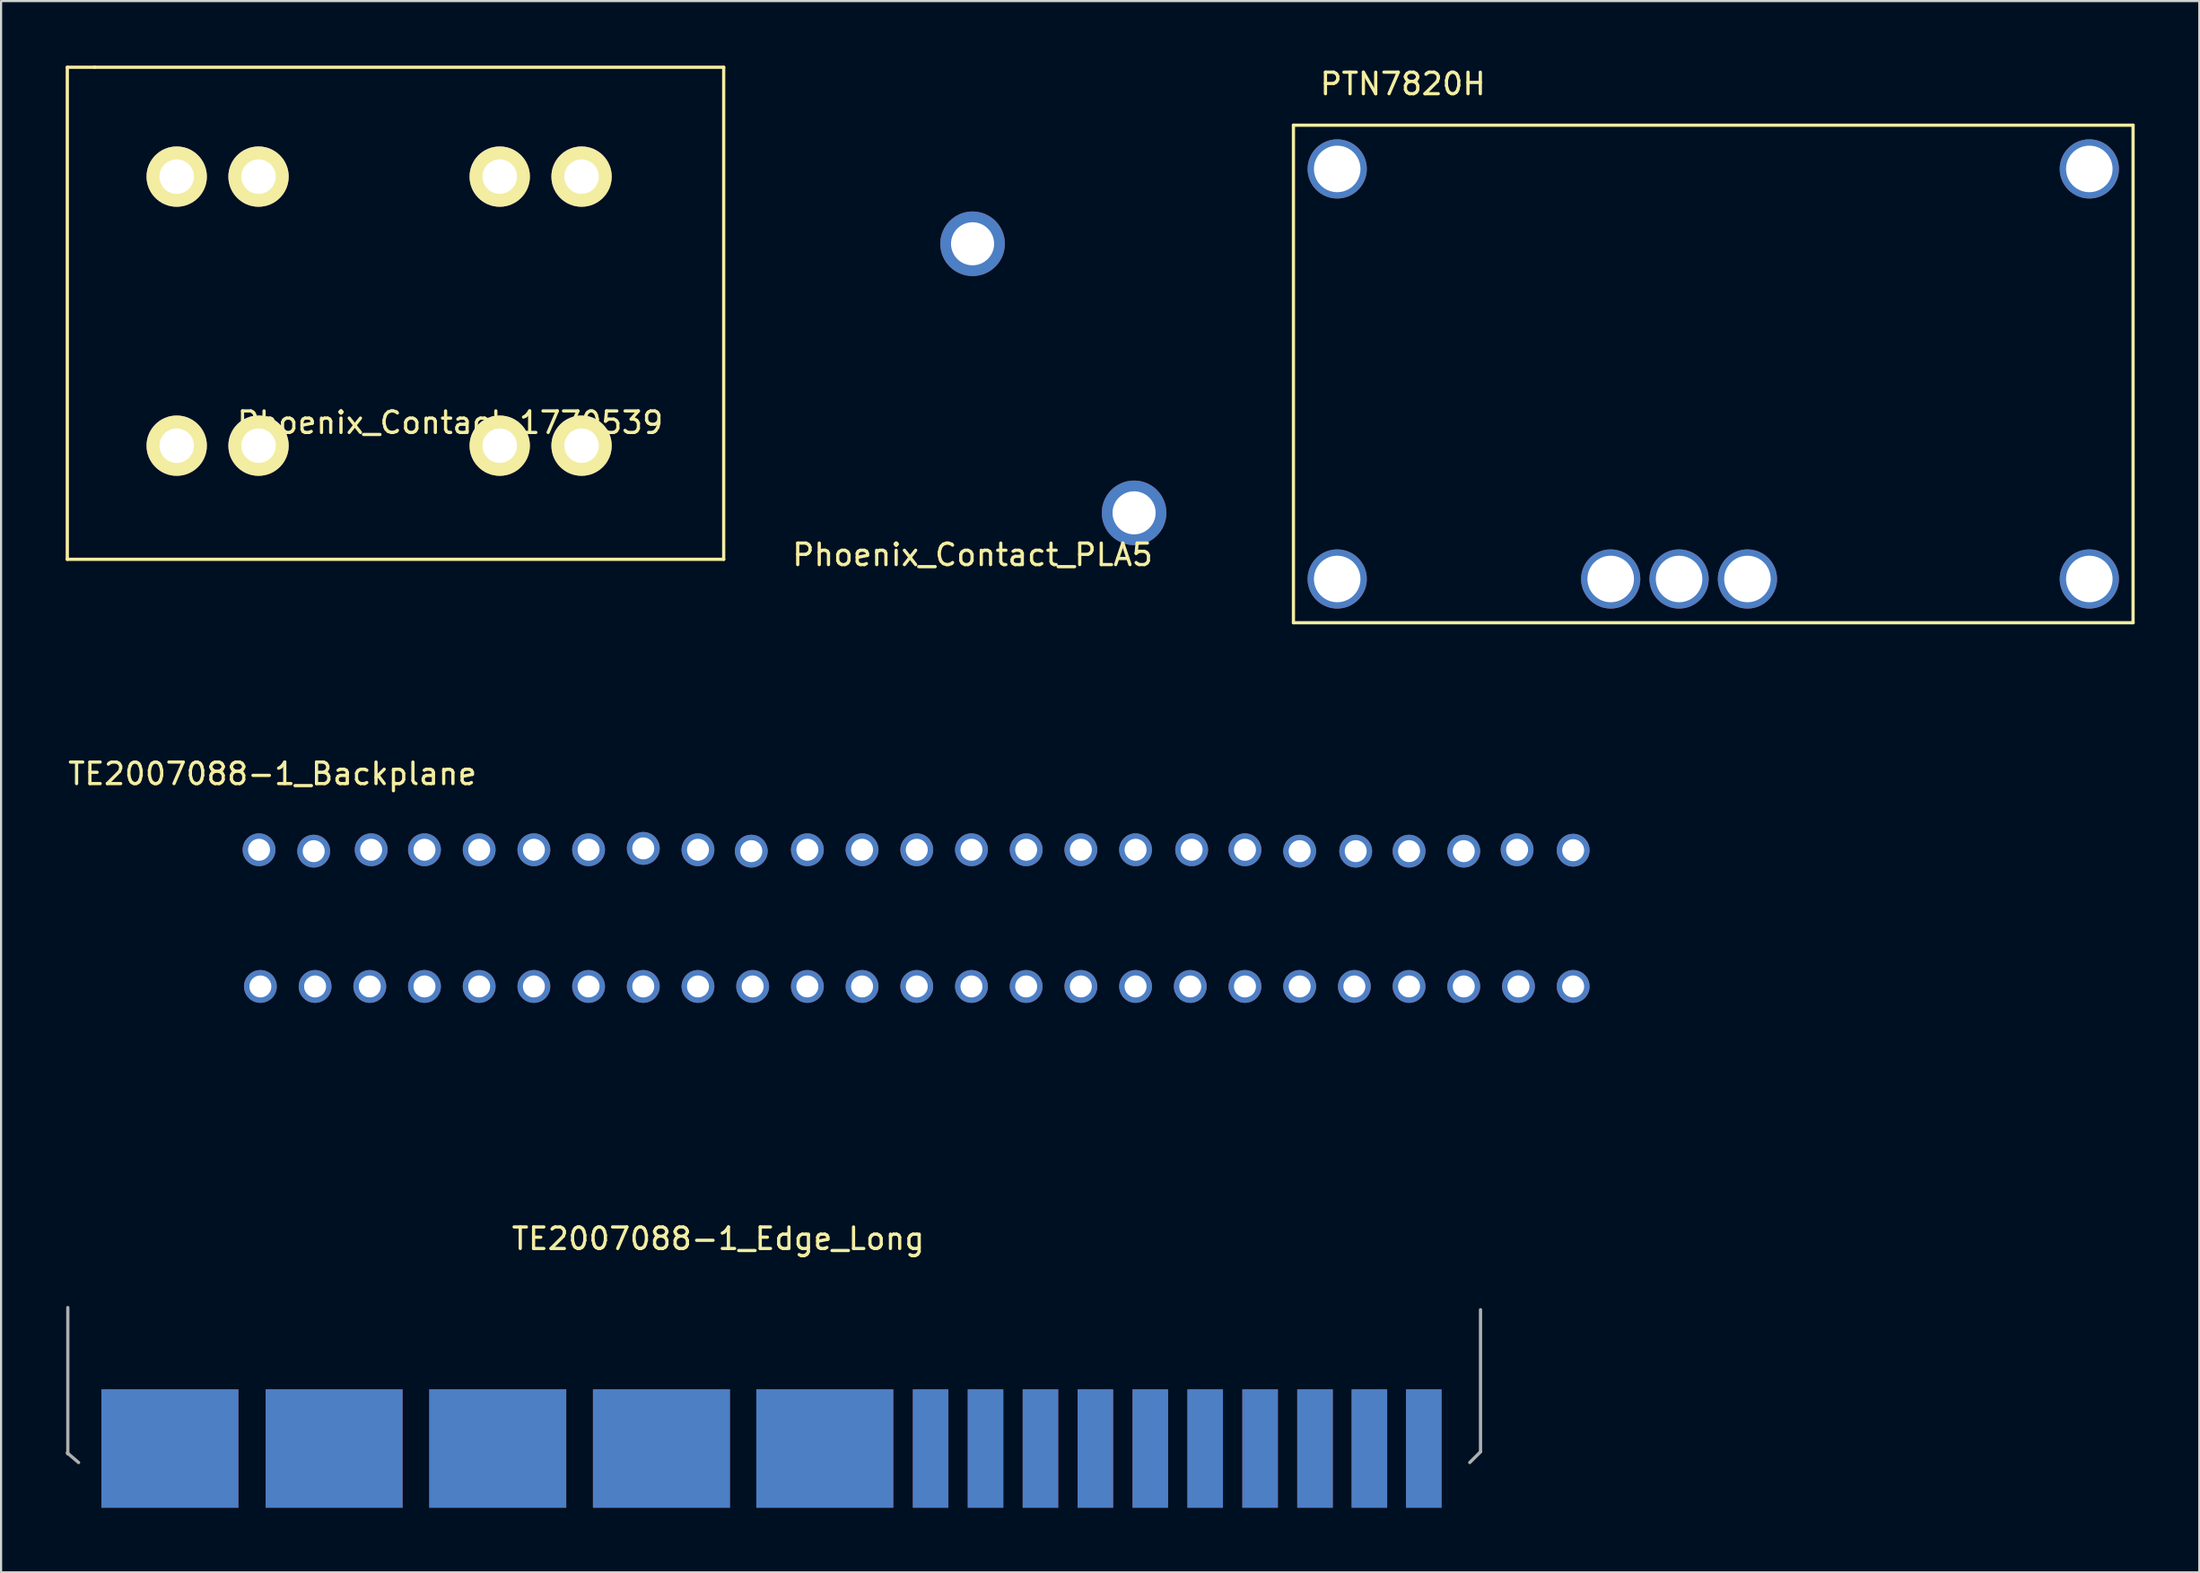
<source format=kicad_pcb>
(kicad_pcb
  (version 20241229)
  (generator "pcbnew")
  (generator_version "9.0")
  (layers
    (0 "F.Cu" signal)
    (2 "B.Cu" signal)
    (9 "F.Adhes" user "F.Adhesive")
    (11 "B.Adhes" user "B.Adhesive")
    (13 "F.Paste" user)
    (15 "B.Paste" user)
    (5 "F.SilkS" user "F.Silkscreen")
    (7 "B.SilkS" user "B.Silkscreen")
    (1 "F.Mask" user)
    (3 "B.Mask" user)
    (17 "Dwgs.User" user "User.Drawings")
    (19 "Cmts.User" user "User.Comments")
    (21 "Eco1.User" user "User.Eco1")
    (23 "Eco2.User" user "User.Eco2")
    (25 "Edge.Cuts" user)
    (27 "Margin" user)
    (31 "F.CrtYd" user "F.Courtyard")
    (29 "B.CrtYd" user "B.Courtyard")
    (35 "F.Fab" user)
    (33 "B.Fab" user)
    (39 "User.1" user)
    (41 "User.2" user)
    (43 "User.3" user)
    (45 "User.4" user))
  (footprint "PTN7820H"
    (layer "F.Cu")
    (at 59.012 4.766)
    (property "Reference" "PTN7820H" (at 3.082 -3.918 0) (layer "F.SilkS") (effects (font (size 1 1) (thickness 0.15))))
    (attr through_hole)
    (fp_line (start -2 -2) (end 36.989 -2) (stroke (width 0.15) (type solid)) (layer "F.SilkS"))
    (fp_line (start -2 21.114) (end -2 -2) (stroke (width 0.15) (type solid)) (layer "F.SilkS"))
    (fp_line (start 36.989 -2) (end 36.989 21.114) (stroke (width 0.15) (type solid)) (layer "F.SilkS"))
    (fp_line (start 36.989 21.114) (end -2 21.114) (stroke (width 0.15) (type solid)) (layer "F.SilkS"))
    (pad "1" thru_hole circle (at 0.032 0.032) (size 2.75 2.75) (drill 2.16) (layers "*.Cu" "*.Mask"))
    (pad "2" thru_hole circle (at 0.032 19.082) (size 2.75 2.75) (drill 2.16) (layers "*.Cu" "*.Mask"))
    (pad "3" thru_hole circle (at 12.732 19.082) (size 2.75 2.75) (drill 2.16) (layers "*.Cu" "*.Mask"))
    (pad "4" thru_hole circle (at 15.907 19.082) (size 2.75 2.75) (drill 2.16) (layers "*.Cu" "*.Mask"))
    (pad "5" thru_hole circle (at 19.082 19.082) (size 2.75 2.75) (drill 2.16) (layers "*.Cu" "*.Mask"))
    (pad "6" thru_hole circle (at 34.957 19.082) (size 2.75 2.75) (drill 2.16) (layers "*.Cu" "*.Mask"))
    (pad "7" thru_hole circle (at 34.957 0.032) (size 2.75 2.75) (drill 2.16) (layers "*.Cu" "*.Mask")))
  (footprint "TE2007088-1_Edge_Long"
    (layer "F.Cu")
    (at 30.299 64.796)
    (property "Reference" "TE2007088-1_Edge_Long" (at 0 -10.3 0) (layer "F.SilkS") (effects (font (size 1 1) (thickness 0.15))))
    (attr through_hole)
    (fp_line (start -30.2 -7.1) (end -30.2 -0.3) (stroke (width 0.15) (type solid)) (layer "F.Fab"))
    (fp_line (start -29.7 0.1) (end -30.224 -0.349) (stroke (width 0.15) (type solid)) (layer "F.Fab"))
    (fp_line (start 34.9 0.1) (end 35.4 -0.4) (stroke (width 0.15) (type solid)) (layer "F.Fab"))
    (fp_line (start 35.4 -0.4) (end 35.4 -7) (stroke (width 0.15) (type solid)) (layer "F.Fab"))
    (pad "1" smd rect (at -25.46 -0.55) (size 6.36 5.5) (layers "B.Cu" "B.Mask" "B.Paste"))
    (pad "2" smd rect (at -17.835 -0.55) (size 6.36 5.5) (layers "B.Cu" "B.Mask" "B.Paste"))
    (pad "3" smd rect (at -10.235 -0.55) (size 6.36 5.5) (layers "B.Cu" "B.Mask" "B.Paste"))
    (pad "4" smd rect (at -2.635 -0.55) (size 6.36 5.5) (layers "B.Cu" "B.Mask" "B.Paste"))
    (pad "5" smd rect (at 4.952 -0.55) (size 6.36 5.5) (layers "B.Cu" "B.Mask" "B.Paste"))
    (pad "6" smd rect (at 9.865 -0.55) (size 1.65 5.5) (layers "B.Cu" "B.Mask" "B.Paste"))
    (pad "7" smd rect (at 12.415 -0.55) (size 1.65 5.5) (layers "B.Cu" "B.Mask" "B.Paste"))
    (pad "8" smd rect (at 14.965 -0.55) (size 1.65 5.5) (layers "B.Cu" "B.Mask" "B.Paste"))
    (pad "9" smd rect (at 17.515 -0.55) (size 1.65 5.5) (layers "B.Cu" "B.Mask" "B.Paste"))
    (pad "10" smd rect (at 20.065 -0.55) (size 1.65 5.5) (layers "B.Cu" "B.Mask" "B.Paste"))
    (pad "11" smd rect (at 22.615 -0.55) (size 1.65 5.5) (layers "B.Cu" "B.Mask" "B.Paste"))
    (pad "12" smd rect (at 25.165 -0.55) (size 1.65 5.5) (layers "B.Cu" "B.Mask" "B.Paste"))
    (pad "13" smd rect (at 27.715 -0.55) (size 1.65 5.5) (layers "B.Cu" "B.Mask" "B.Paste"))
    (pad "14" smd rect (at 30.24 -0.55) (size 1.65 5.5) (layers "B.Cu" "B.Mask" "B.Paste"))
    (pad "15" smd rect (at 32.765 -0.55) (size 1.65 5.5) (layers "B.Cu" "B.Mask" "B.Paste"))
    (pad "16" smd rect (at 32.765 -0.55) (size 1.65 5.5) (layers "F.Cu" "F.Mask" "F.Paste"))
    (pad "17" smd rect (at 30.24 -0.55) (size 1.65 5.5) (layers "F.Cu" "F.Mask" "F.Paste"))
    (pad "18" smd rect (at 27.715 -0.55) (size 1.65 5.5) (layers "F.Cu" "F.Mask" "F.Paste"))
    (pad "19" smd rect (at 25.165 -0.55) (size 1.65 5.5) (layers "F.Cu" "F.Mask" "F.Paste"))
    (pad "20" smd rect (at 22.615 -0.55) (size 1.65 5.5) (layers "F.Cu" "F.Mask" "F.Paste"))
    (pad "21" smd rect (at 20.065 -0.55) (size 1.65 5.5) (layers "F.Cu" "F.Mask" "F.Paste"))
    (pad "22" smd rect (at 17.515 -0.55) (size 1.65 5.5) (layers "F.Cu" "F.Mask" "F.Paste"))
    (pad "23" smd rect (at 14.965 -0.55) (size 1.65 5.5) (layers "F.Cu" "F.Mask" "F.Paste"))
    (pad "24" smd rect (at 12.415 -0.55) (size 1.65 5.5) (layers "F.Cu" "F.Mask" "F.Paste"))
    (pad "25" smd rect (at 9.865 -0.55) (size 1.65 5.5) (layers "F.Cu" "F.Mask" "F.Paste"))
    (pad "26" smd rect (at 4.952 -0.55) (size 6.36 5.5) (layers "F.Cu" "F.Mask" "F.Paste"))
    (pad "27" smd rect (at -2.635 -0.55) (size 6.36 5.5) (layers "F.Cu" "F.Mask" "F.Paste"))
    (pad "28" smd rect (at -10.235 -0.55) (size 6.36 5.5) (layers "F.Cu" "F.Mask" "F.Paste"))
    (pad "29" smd rect (at -17.835 -0.55) (size 6.36 5.5) (layers "F.Cu" "F.Mask" "F.Paste"))
    (pad "30" smd rect (at -25.46 -0.55) (size 6.36 5.5) (layers "F.Cu" "F.Mask" "F.Paste")))
  (footprint "Phoenix_Contact_PLA5"
    (layer "F.Cu")
    (at 42.112 8.275)
    (property "Reference" "Phoenix_Contact_PLA5" (at 0 14.45 0) (layer "F.SilkS") (effects (font (size 1 1) (thickness 0.15))))
    (attr through_hole)
    (fp_line (start -4.25 -8.2) (end 11.75 -8.2) (stroke (width 0.15) (type solid)) (layer "B.Paste"))
    (fp_line (start -4.25 20.7) (end -4.25 -8.2) (stroke (width 0.15) (type solid)) (layer "B.Paste"))
    (fp_line (start 7.5 20.7) (end -4.25 20.7) (stroke (width 0.15) (type solid)) (layer "B.Paste"))
    (fp_line (start 11.75 12.5) (end 11.75 -8.2) (stroke (width 0.15) (type solid)) (layer "B.Paste"))
    (fp_line (start 11.75 12.5) (end 11.75 20.7) (stroke (width 0.15) (type solid)) (layer "B.Paste"))
    (fp_line (start 11.75 20.7) (end 7.5 20.7) (stroke (width 0.15) (type solid)) (layer "B.Paste"))
    (pad "1" thru_hole circle (at 7.5 12.5) (size 3 3) (drill 2) (layers "*.Cu" "*.Mask"))
    (pad "2" thru_hole circle (at 0 0) (size 3 3) (drill 2) (layers "*.Cu" "*.Mask")))
  (footprint "Phoenix_Contact_1770539"
    (layer "F.Cu")
    (at 5.155 5.155)
    (property "Reference" "Phoenix_Contact_1770539" (at 12.7 11.43 0) (layer "F.SilkS") (effects (font (size 1 1) (thickness 0.15))))
    (attr through_hole)
    (fp_line (start -5.08 -5.08) (end -3.81 -5.08) (stroke (width 0.15) (type solid)) (layer "F.SilkS"))
    (fp_line (start -5.08 17.78) (end -5.08 -5.08) (stroke (width 0.15) (type solid)) (layer "F.SilkS"))
    (fp_line (start -3.81 -5.08) (end 25.4 -5.08) (stroke (width 0.15) (type solid)) (layer "F.SilkS"))
    (fp_line (start 25.4 -5.08) (end 25.4 17.78) (stroke (width 0.15) (type solid)) (layer "F.SilkS"))
    (fp_line (start 25.4 17.78) (end -5.08 17.78) (stroke (width 0.15) (type solid)) (layer "F.SilkS"))
    (pad "1" thru_hole circle (at 0 0) (size 2.8 2.8) (drill 1.6) (layers "*.Cu" "*.Mask" "F.SilkS"))
    (pad "1" thru_hole circle (at 0 12.5) (size 2.8 2.8) (drill 1.6) (layers "*.Cu" "*.Mask" "F.SilkS"))
    (pad "1" thru_hole circle (at 3.8 0) (size 2.8 2.8) (drill 1.6) (layers "*.Cu" "*.Mask" "F.SilkS"))
    (pad "1" thru_hole circle (at 3.8 12.5) (size 2.8 2.8) (drill 1.6) (layers "*.Cu" "*.Mask" "F.SilkS"))
    (pad "2" thru_hole circle (at 15 0) (size 2.8 2.8) (drill 1.6) (layers "*.Cu" "*.Mask" "F.SilkS"))
    (pad "2" thru_hole circle (at 15 12.5) (size 2.8 2.8) (drill 1.6) (layers "*.Cu" "*.Mask" "F.SilkS"))
    (pad "2" thru_hole circle (at 18.8 0) (size 2.8 2.8) (drill 1.6) (layers "*.Cu" "*.Mask" "F.SilkS"))
    (pad "2" thru_hole circle (at 18.8 12.5) (size 2.8 2.8) (drill 1.6) (layers "*.Cu" "*.Mask" "F.SilkS")))
  (footprint "TE2007088-1_Backplane"
    (layer "F.Cu")
    (at 44.601 50.398)
    (property "Reference" "TE2007088-1_Backplane" (at -35 -17.5 0) (layer "F.SilkS") (effects (font (size 1 1) (thickness 0.15))))
    (attr through_hole)
    (pad "1" thru_hole circle (at -35.623 -13.97) (size 1.524 1.524) (drill 1.02) (layers "*.Cu" "*.Mask"))
    (pad "1" thru_hole circle (at -33.084 -13.906) (size 1.524 1.524) (drill 1.02) (layers "*.Cu" "*.Mask"))
    (pad "1" thru_hole circle (at -30.416 -13.97) (size 1.524 1.524) (drill 1.02) (layers "*.Cu" "*.Mask"))
    (pad "2" thru_hole circle (at -27.94 -13.97) (size 1.524 1.524) (drill 1.02) (layers "*.Cu" "*.Mask"))
    (pad "2" thru_hole circle (at -25.4 -13.97) (size 1.524 1.524) (drill 1.02) (layers "*.Cu" "*.Mask"))
    (pad "2" thru_hole circle (at -22.86 -13.97) (size 1.524 1.524) (drill 1.02) (layers "*.Cu" "*.Mask"))
    (pad "3" thru_hole circle (at -20.32 -13.97) (size 1.524 1.524) (drill 1.02) (layers "*.Cu" "*.Mask"))
    (pad "3" thru_hole circle (at -17.78 -14.034) (size 1.524 1.524) (drill 1.02) (layers "*.Cu" "*.Mask"))
    (pad "3" thru_hole circle (at -15.24 -13.97) (size 1.524 1.524) (drill 1.02) (layers "*.Cu" "*.Mask"))
    (pad "4" thru_hole circle (at -12.764 -13.906) (size 1.524 1.524) (drill 1.02) (layers "*.Cu" "*.Mask"))
    (pad "4" thru_hole circle (at -10.16 -13.97) (size 1.524 1.524) (drill 1.02) (layers "*.Cu" "*.Mask"))
    (pad "4" thru_hole circle (at -7.62 -13.97) (size 1.524 1.524) (drill 1.02) (layers "*.Cu" "*.Mask"))
    (pad "5" thru_hole circle (at -5.08 -13.97) (size 1.524 1.524) (drill 1.02) (layers "*.Cu" "*.Mask"))
    (pad "5" thru_hole circle (at -2.54 -13.97) (size 1.524 1.524) (drill 1.02) (layers "*.Cu" "*.Mask"))
    (pad "5" thru_hole circle (at 0 -13.97) (size 1.524 1.524) (drill 1.02) (layers "*.Cu" "*.Mask"))
    (pad "6" thru_hole circle (at 2.54 -13.97) (size 1.524 1.524) (drill 1.02) (layers "*.Cu" "*.Mask"))
    (pad "7" thru_hole circle (at 5.08 -13.97) (size 1.524 1.524) (drill 1.02) (layers "*.Cu" "*.Mask"))
    (pad "8" thru_hole circle (at 7.684 -13.97) (size 1.524 1.524) (drill 1.02) (layers "*.Cu" "*.Mask"))
    (pad "9" thru_hole circle (at 10.16 -13.97) (size 1.524 1.524) (drill 1.02) (layers "*.Cu" "*.Mask"))
    (pad "10" thru_hole circle (at 12.7 -13.906) (size 1.524 1.524) (drill 1.02) (layers "*.Cu" "*.Mask"))
    (pad "11" thru_hole circle (at 15.303 -13.906) (size 1.524 1.524) (drill 1.02) (layers "*.Cu" "*.Mask"))
    (pad "12" thru_hole circle (at 17.78 -13.906) (size 1.524 1.524) (drill 1.02) (layers "*.Cu" "*.Mask"))
    (pad "13" thru_hole circle (at 20.32 -13.906) (size 1.524 1.524) (drill 1.02) (layers "*.Cu" "*.Mask"))
    (pad "14" thru_hole circle (at 22.797 -13.97) (size 1.524 1.524) (drill 1.02) (layers "*.Cu" "*.Mask"))
    (pad "15" thru_hole circle (at 25.4 -13.95) (size 1.524 1.524) (drill 1.02) (layers "*.Cu" "*.Mask"))
    (pad "16" thru_hole circle (at 25.4 -7.62) (size 1.524 1.524) (drill 1.02) (layers "*.Cu" "*.Mask"))
    (pad "17" thru_hole circle (at 22.86 -7.62) (size 1.524 1.524) (drill 1.02) (layers "*.Cu" "*.Mask"))
    (pad "18" thru_hole circle (at 20.32 -7.62) (size 1.524 1.524) (drill 1.02) (layers "*.Cu" "*.Mask"))
    (pad "19" thru_hole circle (at 17.78 -7.62) (size 1.524 1.524) (drill 1.02) (layers "*.Cu" "*.Mask"))
    (pad "20" thru_hole circle (at 15.24 -7.62) (size 1.524 1.524) (drill 1.02) (layers "*.Cu" "*.Mask"))
    (pad "21" thru_hole circle (at 12.7 -7.62) (size 1.524 1.524) (drill 1.02) (layers "*.Cu" "*.Mask"))
    (pad "22" thru_hole circle (at 10.16 -7.62) (size 1.524 1.524) (drill 1.02) (layers "*.Cu" "*.Mask"))
    (pad "23" thru_hole circle (at 7.62 -7.62) (size 1.524 1.524) (drill 1.02) (layers "*.Cu" "*.Mask"))
    (pad "24" thru_hole circle (at 5.08 -7.62) (size 1.524 1.524) (drill 1.02) (layers "*.Cu" "*.Mask"))
    (pad "25" thru_hole circle (at 2.54 -7.62) (size 1.524 1.524) (drill 1.02) (layers "*.Cu" "*.Mask"))
    (pad "26" thru_hole circle (at -5.08 -7.62) (size 1.524 1.524) (drill 1.02) (layers "*.Cu" "*.Mask"))
    (pad "26" thru_hole circle (at -2.54 -7.62) (size 1.524 1.524) (drill 1.02) (layers "*.Cu" "*.Mask"))
    (pad "26" thru_hole circle (at 0 -7.62) (size 1.524 1.524) (drill 1.02) (layers "*.Cu" "*.Mask"))
    (pad "27" thru_hole circle (at -12.7 -7.62) (size 1.524 1.524) (drill 1.02) (layers "*.Cu" "*.Mask"))
    (pad "27" thru_hole circle (at -10.16 -7.62) (size 1.524 1.524) (drill 1.02) (layers "*.Cu" "*.Mask"))
    (pad "27" thru_hole circle (at -7.62 -7.62) (size 1.524 1.524) (drill 1.02) (layers "*.Cu" "*.Mask"))
    (pad "28" thru_hole circle (at -20.32 -7.62) (size 1.524 1.524) (drill 1.02) (layers "*.Cu" "*.Mask"))
    (pad "28" thru_hole circle (at -17.78 -7.62) (size 1.524 1.524) (drill 1.02) (layers "*.Cu" "*.Mask"))
    (pad "28" thru_hole circle (at -15.24 -7.62) (size 1.524 1.524) (drill 1.02) (layers "*.Cu" "*.Mask"))
    (pad "29" thru_hole circle (at -27.94 -7.62) (size 1.524 1.524) (drill 1.02) (layers "*.Cu" "*.Mask"))
    (pad "29" thru_hole circle (at -25.4 -7.62) (size 1.524 1.524) (drill 1.02) (layers "*.Cu" "*.Mask"))
    (pad "29" thru_hole circle (at -22.86 -7.62) (size 1.524 1.524) (drill 1.02) (layers "*.Cu" "*.Mask"))
    (pad "30" thru_hole circle (at -35.56 -7.62) (size 1.524 1.524) (drill 1.02) (layers "*.Cu" "*.Mask"))
    (pad "30" thru_hole circle (at -33.02 -7.62) (size 1.524 1.524) (drill 1.02) (layers "*.Cu" "*.Mask"))
    (pad "30" thru_hole circle (at -30.48 -7.62) (size 1.524 1.524) (drill 1.02) (layers "*.Cu" "*.Mask")))
  (gr_rect
    (start -3 -3)
    (end 99.076 69.996)
    (stroke (width 0.1) (type default))
    (fill no)
    (layer "Edge.Cuts")))
</source>
